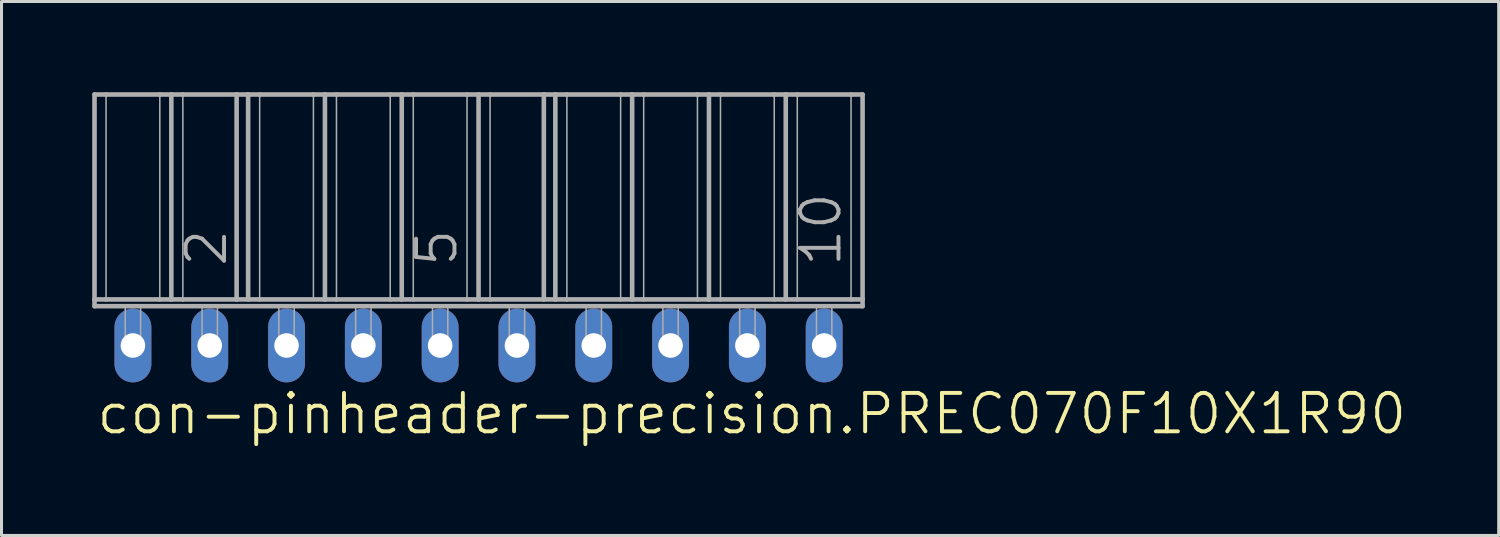
<source format=kicad_pcb>
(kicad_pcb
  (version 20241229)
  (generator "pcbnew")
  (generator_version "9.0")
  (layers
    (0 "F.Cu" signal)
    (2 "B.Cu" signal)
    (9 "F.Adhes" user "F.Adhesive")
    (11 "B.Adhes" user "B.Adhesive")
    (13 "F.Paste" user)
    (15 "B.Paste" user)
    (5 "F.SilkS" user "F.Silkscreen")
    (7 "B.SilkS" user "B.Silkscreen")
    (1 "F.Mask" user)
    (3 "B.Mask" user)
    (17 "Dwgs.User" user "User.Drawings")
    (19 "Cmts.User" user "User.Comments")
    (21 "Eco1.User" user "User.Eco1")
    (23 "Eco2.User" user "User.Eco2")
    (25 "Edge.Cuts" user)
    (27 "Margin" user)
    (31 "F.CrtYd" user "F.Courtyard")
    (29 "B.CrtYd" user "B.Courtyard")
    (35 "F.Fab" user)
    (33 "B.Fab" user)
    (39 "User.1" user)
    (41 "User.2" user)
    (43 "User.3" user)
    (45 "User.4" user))
  (footprint "con-pinheader-precision.PREC070F10X1R90"
    (layer "F.Cu")
    (at 12.776 8.376)
    (property "Reference" "con-pinheader-precision.PREC070F10X1R90" (at -12.7 3 0) (layer "F.SilkS") (effects (font (size 1.27 1.27) (thickness 0.13)) (justify left bottom)))
    (attr through_hole)
    (fp_line (start -12.7 -8.3) (end -12.7 -1.524) (stroke (width 0.152) (type default)) (layer "F.Fab"))
    (fp_line (start -12.7 -8.3) (end -12.319 -8.3) (stroke (width 0.152) (type default)) (layer "F.Fab"))
    (fp_line (start -12.7 -1.524) (end -12.319 -1.524) (stroke (width 0.152) (type default)) (layer "F.Fab"))
    (fp_line (start -12.7 -1.3) (end -12.7 -1.524) (stroke (width 0.152) (type default)) (layer "F.Fab"))
    (fp_line (start -12.7 -1.3) (end 12.7 -1.3) (stroke (width 0.152) (type default)) (layer "F.Fab"))
    (fp_line (start -12.319 -8.3) (end -12.319 -1.524) (stroke (width 0.051) (type default)) (layer "F.Fab"))
    (fp_line (start -12.319 -8.3) (end -10.541 -8.3) (stroke (width 0.152) (type default)) (layer "F.Fab"))
    (fp_line (start -12.319 -1.524) (end -10.541 -1.524) (stroke (width 0.152) (type default)) (layer "F.Fab"))
    (fp_line (start -10.541 -8.3) (end -10.541 -1.524) (stroke (width 0.051) (type default)) (layer "F.Fab"))
    (fp_line (start -10.541 -8.3) (end -10.16 -8.3) (stroke (width 0.152) (type default)) (layer "F.Fab"))
    (fp_line (start -10.541 -1.524) (end -10.16 -1.524) (stroke (width 0.152) (type default)) (layer "F.Fab"))
    (fp_line (start -10.16 -8.3) (end -10.16 -1.524) (stroke (width 0.152) (type default)) (layer "F.Fab"))
    (fp_line (start -10.16 -8.3) (end -9.779 -8.3) (stroke (width 0.152) (type default)) (layer "F.Fab"))
    (fp_line (start -10.16 -1.524) (end -9.779 -1.524) (stroke (width 0.152) (type default)) (layer "F.Fab"))
    (fp_line (start -9.779 -8.3) (end -9.779 -1.524) (stroke (width 0.051) (type default)) (layer "F.Fab"))
    (fp_line (start -9.779 -8.3) (end -8.001 -8.3) (stroke (width 0.152) (type default)) (layer "F.Fab"))
    (fp_line (start -9.779 -1.524) (end -8.001 -1.524) (stroke (width 0.152) (type default)) (layer "F.Fab"))
    (fp_line (start -8.001 -8.3) (end -8.001 -1.524) (stroke (width 0.152) (type default)) (layer "F.Fab"))
    (fp_line (start -8.001 -8.3) (end -7.62 -8.3) (stroke (width 0.152) (type default)) (layer "F.Fab"))
    (fp_line (start -8.001 -1.524) (end -7.62 -1.524) (stroke (width 0.152) (type default)) (layer "F.Fab"))
    (fp_line (start -7.62 -8.3) (end -7.62 -1.524) (stroke (width 0.152) (type default)) (layer "F.Fab"))
    (fp_line (start -7.62 -8.3) (end -7.239 -8.3) (stroke (width 0.152) (type default)) (layer "F.Fab"))
    (fp_line (start -7.62 -1.524) (end -7.239 -1.524) (stroke (width 0.152) (type default)) (layer "F.Fab"))
    (fp_line (start -7.239 -8.3) (end -7.239 -1.524) (stroke (width 0.051) (type default)) (layer "F.Fab"))
    (fp_line (start -7.239 -8.3) (end -5.461 -8.3) (stroke (width 0.152) (type default)) (layer "F.Fab"))
    (fp_line (start -7.239 -1.524) (end -5.08 -1.524) (stroke (width 0.152) (type default)) (layer "F.Fab"))
    (fp_line (start -5.461 -8.3) (end -5.461 -1.524) (stroke (width 0.051) (type default)) (layer "F.Fab"))
    (fp_line (start -5.461 -8.3) (end -5.08 -8.3) (stroke (width 0.152) (type default)) (layer "F.Fab"))
    (fp_line (start -5.08 -8.3) (end -5.08 -1.524) (stroke (width 0.152) (type default)) (layer "F.Fab"))
    (fp_line (start -5.08 -8.3) (end -4.699 -8.3) (stroke (width 0.152) (type default)) (layer "F.Fab"))
    (fp_line (start -5.08 -1.524) (end -4.699 -1.524) (stroke (width 0.152) (type default)) (layer "F.Fab"))
    (fp_line (start -4.699 -8.3) (end -4.699 -1.524) (stroke (width 0.051) (type default)) (layer "F.Fab"))
    (fp_line (start -4.699 -8.3) (end -2.921 -8.3) (stroke (width 0.152) (type default)) (layer "F.Fab"))
    (fp_line (start -4.699 -1.524) (end -2.921 -1.524) (stroke (width 0.152) (type default)) (layer "F.Fab"))
    (fp_line (start -2.921 -8.3) (end -2.921 -1.524) (stroke (width 0.051) (type default)) (layer "F.Fab"))
    (fp_line (start -2.921 -8.3) (end -2.54 -8.3) (stroke (width 0.152) (type default)) (layer "F.Fab"))
    (fp_line (start -2.921 -1.524) (end -2.54 -1.524) (stroke (width 0.152) (type default)) (layer "F.Fab"))
    (fp_line (start -2.54 -8.3) (end -2.159 -8.3) (stroke (width 0.152) (type default)) (layer "F.Fab"))
    (fp_line (start -2.54 -1.524) (end -2.54 -8.3) (stroke (width 0.152) (type default)) (layer "F.Fab"))
    (fp_line (start -2.54 -1.524) (end -2.159 -1.524) (stroke (width 0.152) (type default)) (layer "F.Fab"))
    (fp_line (start -2.159 -8.3) (end -2.159 -1.524) (stroke (width 0.051) (type default)) (layer "F.Fab"))
    (fp_line (start -2.159 -8.3) (end -0.381 -8.3) (stroke (width 0.152) (type default)) (layer "F.Fab"))
    (fp_line (start -2.159 -1.524) (end -0.381 -1.524) (stroke (width 0.152) (type default)) (layer "F.Fab"))
    (fp_line (start -0.381 -8.3) (end -0.381 -1.524) (stroke (width 0.051) (type default)) (layer "F.Fab"))
    (fp_line (start -0.381 -8.3) (end 0 -8.3) (stroke (width 0.152) (type default)) (layer "F.Fab"))
    (fp_line (start -0.381 -1.524) (end 0 -1.524) (stroke (width 0.152) (type default)) (layer "F.Fab"))
    (fp_line (start 0 -8.3) (end 0 -1.524) (stroke (width 0.152) (type default)) (layer "F.Fab"))
    (fp_line (start 0 -8.3) (end 0.381 -8.3) (stroke (width 0.152) (type default)) (layer "F.Fab"))
    (fp_line (start 0 -1.524) (end 0.381 -1.524) (stroke (width 0.152) (type default)) (layer "F.Fab"))
    (fp_line (start 0.381 -8.3) (end 0.381 -1.524) (stroke (width 0.051) (type default)) (layer "F.Fab"))
    (fp_line (start 0.381 -8.3) (end 2.159 -8.3) (stroke (width 0.152) (type default)) (layer "F.Fab"))
    (fp_line (start 0.381 -1.524) (end 2.159 -1.524) (stroke (width 0.152) (type default)) (layer "F.Fab"))
    (fp_line (start 2.159 -8.3) (end 2.159 -1.524) (stroke (width 0.152) (type default)) (layer "F.Fab"))
    (fp_line (start 2.159 -8.3) (end 2.54 -8.3) (stroke (width 0.152) (type default)) (layer "F.Fab"))
    (fp_line (start 2.159 -1.524) (end 2.54 -1.524) (stroke (width 0.152) (type default)) (layer "F.Fab"))
    (fp_line (start 2.54 -8.3) (end 2.54 -1.524) (stroke (width 0.152) (type default)) (layer "F.Fab"))
    (fp_line (start 2.54 -8.3) (end 2.921 -8.3) (stroke (width 0.152) (type default)) (layer "F.Fab"))
    (fp_line (start 2.54 -1.524) (end 2.921 -1.524) (stroke (width 0.152) (type default)) (layer "F.Fab"))
    (fp_line (start 2.921 -8.3) (end 2.921 -1.524) (stroke (width 0.051) (type default)) (layer "F.Fab"))
    (fp_line (start 2.921 -8.3) (end 4.699 -8.3) (stroke (width 0.152) (type default)) (layer "F.Fab"))
    (fp_line (start 2.921 -1.524) (end 4.699 -1.524) (stroke (width 0.152) (type default)) (layer "F.Fab"))
    (fp_line (start 4.699 -8.3) (end 4.699 -1.524) (stroke (width 0.051) (type default)) (layer "F.Fab"))
    (fp_line (start 4.699 -8.3) (end 5.08 -8.3) (stroke (width 0.152) (type default)) (layer "F.Fab"))
    (fp_line (start 4.699 -1.524) (end 5.08 -1.524) (stroke (width 0.152) (type default)) (layer "F.Fab"))
    (fp_line (start 5.08 -8.3) (end 5.08 -1.524) (stroke (width 0.152) (type default)) (layer "F.Fab"))
    (fp_line (start 5.08 -8.3) (end 5.461 -8.3) (stroke (width 0.152) (type default)) (layer "F.Fab"))
    (fp_line (start 5.08 -1.524) (end 5.461 -1.524) (stroke (width 0.152) (type default)) (layer "F.Fab"))
    (fp_line (start 5.461 -8.3) (end 5.461 -1.524) (stroke (width 0.051) (type default)) (layer "F.Fab"))
    (fp_line (start 5.461 -8.3) (end 7.239 -8.3) (stroke (width 0.152) (type default)) (layer "F.Fab"))
    (fp_line (start 5.461 -1.524) (end 7.239 -1.524) (stroke (width 0.152) (type default)) (layer "F.Fab"))
    (fp_line (start 7.239 -8.3) (end 7.239 -1.524) (stroke (width 0.051) (type default)) (layer "F.Fab"))
    (fp_line (start 7.239 -8.3) (end 7.62 -8.3) (stroke (width 0.152) (type default)) (layer "F.Fab"))
    (fp_line (start 7.239 -1.524) (end 7.62 -1.524) (stroke (width 0.152) (type default)) (layer "F.Fab"))
    (fp_line (start 7.62 -8.3) (end 7.62 -1.524) (stroke (width 0.152) (type default)) (layer "F.Fab"))
    (fp_line (start 7.62 -8.3) (end 8.001 -8.3) (stroke (width 0.152) (type default)) (layer "F.Fab"))
    (fp_line (start 7.62 -1.524) (end 8.001 -1.524) (stroke (width 0.152) (type default)) (layer "F.Fab"))
    (fp_line (start 8.001 -8.3) (end 8.001 -1.524) (stroke (width 0.051) (type default)) (layer "F.Fab"))
    (fp_line (start 8.001 -8.3) (end 9.779 -8.3) (stroke (width 0.152) (type default)) (layer "F.Fab"))
    (fp_line (start 8.001 -1.524) (end 9.779 -1.524) (stroke (width 0.152) (type default)) (layer "F.Fab"))
    (fp_line (start 9.779 -8.3) (end 9.779 -1.524) (stroke (width 0.051) (type default)) (layer "F.Fab"))
    (fp_line (start 9.779 -8.3) (end 10.16 -8.3) (stroke (width 0.152) (type default)) (layer "F.Fab"))
    (fp_line (start 9.779 -1.524) (end 10.16 -1.524) (stroke (width 0.152) (type default)) (layer "F.Fab"))
    (fp_line (start 10.16 -8.3) (end 10.16 -1.524) (stroke (width 0.152) (type default)) (layer "F.Fab"))
    (fp_line (start 10.16 -8.3) (end 10.541 -8.3) (stroke (width 0.152) (type default)) (layer "F.Fab"))
    (fp_line (start 10.16 -1.524) (end 10.541 -1.524) (stroke (width 0.152) (type default)) (layer "F.Fab"))
    (fp_line (start 10.541 -8.3) (end 10.541 -1.524) (stroke (width 0.051) (type default)) (layer "F.Fab"))
    (fp_line (start 10.541 -8.3) (end 12.319 -8.3) (stroke (width 0.152) (type default)) (layer "F.Fab"))
    (fp_line (start 10.541 -1.524) (end 12.319 -1.524) (stroke (width 0.152) (type default)) (layer "F.Fab"))
    (fp_line (start 12.319 -8.3) (end 12.319 -1.524) (stroke (width 0.051) (type default)) (layer "F.Fab"))
    (fp_line (start 12.319 -8.3) (end 12.7 -8.3) (stroke (width 0.152) (type default)) (layer "F.Fab"))
    (fp_line (start 12.319 -1.524) (end 12.7 -1.524) (stroke (width 0.152) (type default)) (layer "F.Fab"))
    (fp_line (start 12.7 -8.3) (end 12.7 -1.524) (stroke (width 0.152) (type default)) (layer "F.Fab"))
    (fp_line (start 12.7 -1.524) (end 12.7 -1.3) (stroke (width 0.152) (type default)) (layer "F.Fab"))
    (fp_rect (start -11.684 0) (end -11.176 -1.3) (stroke (width 0.05) (type default)) (fill no) (layer "F.Fab"))
    (fp_rect (start -9.144 0) (end -8.636 -1.3) (stroke (width 0.05) (type default)) (fill no) (layer "F.Fab"))
    (fp_rect (start -6.604 0) (end -6.096 -1.3) (stroke (width 0.05) (type default)) (fill no) (layer "F.Fab"))
    (fp_rect (start -4.064 0) (end -3.556 -1.3) (stroke (width 0.05) (type default)) (fill no) (layer "F.Fab"))
    (fp_rect (start -1.524 0) (end -1.016 -1.3) (stroke (width 0.05) (type default)) (fill no) (layer "F.Fab"))
    (fp_rect (start 1.016 0) (end 1.524 -1.3) (stroke (width 0.05) (type default)) (fill no) (layer "F.Fab"))
    (fp_rect (start 3.556 0) (end 4.064 -1.3) (stroke (width 0.05) (type default)) (fill no) (layer "F.Fab"))
    (fp_rect (start 6.096 0) (end 6.604 -1.3) (stroke (width 0.05) (type default)) (fill no) (layer "F.Fab"))
    (fp_rect (start 8.636 0) (end 9.144 -1.3) (stroke (width 0.05) (type default)) (fill no) (layer "F.Fab"))
    (fp_rect (start 11.176 0) (end 11.684 -1.3) (stroke (width 0.05) (type default)) (fill no) (layer "F.Fab"))
    (fp_text user "5" (at -0.635 -2.54 90) (layer "F.Fab") (effects (font (size 1.27 1.27) (thickness 0.13)) (justify left bottom)))
    (fp_text user "2" (at -8.255 -2.54 90) (layer "F.Fab") (effects (font (size 1.27 1.27) (thickness 0.13)) (justify left bottom)))
    (fp_text user "10" (at 12.065 -2.54 90) (layer "F.Fab") (effects (font (size 1.27 1.27) (thickness 0.13)) (justify left bottom)))
    (pad "1" thru_hole oval (at -11.43 0 90) (size 2.438 1.219) (drill 0.813) (layers "*.Cu" "*.Mask"))
    (pad "2" thru_hole oval (at -8.89 0 90) (size 2.438 1.219) (drill 0.813) (layers "*.Cu" "*.Mask"))
    (pad "3" thru_hole oval (at -6.35 0 90) (size 2.438 1.219) (drill 0.813) (layers "*.Cu" "*.Mask"))
    (pad "4" thru_hole oval (at -3.81 0 90) (size 2.438 1.219) (drill 0.813) (layers "*.Cu" "*.Mask"))
    (pad "5" thru_hole oval (at -1.27 0 90) (size 2.438 1.219) (drill 0.813) (layers "*.Cu" "*.Mask"))
    (pad "6" thru_hole oval (at 1.27 0 90) (size 2.438 1.219) (drill 0.813) (layers "*.Cu" "*.Mask"))
    (pad "7" thru_hole oval (at 3.81 0 90) (size 2.438 1.219) (drill 0.813) (layers "*.Cu" "*.Mask"))
    (pad "8" thru_hole oval (at 6.35 0 90) (size 2.438 1.219) (drill 0.813) (layers "*.Cu" "*.Mask"))
    (pad "9" thru_hole oval (at 8.89 0 90) (size 2.438 1.219) (drill 0.813) (layers "*.Cu" "*.Mask"))
    (pad "10" thru_hole oval (at 11.43 0 90) (size 2.438 1.219) (drill 0.813) (layers "*.Cu" "*.Mask")))
  (gr_rect
    (start -3 -3)
    (end 46.513 14.658)
    (stroke (width 0.1) (type default))
    (fill no)
    (layer "Edge.Cuts")))
</source>
